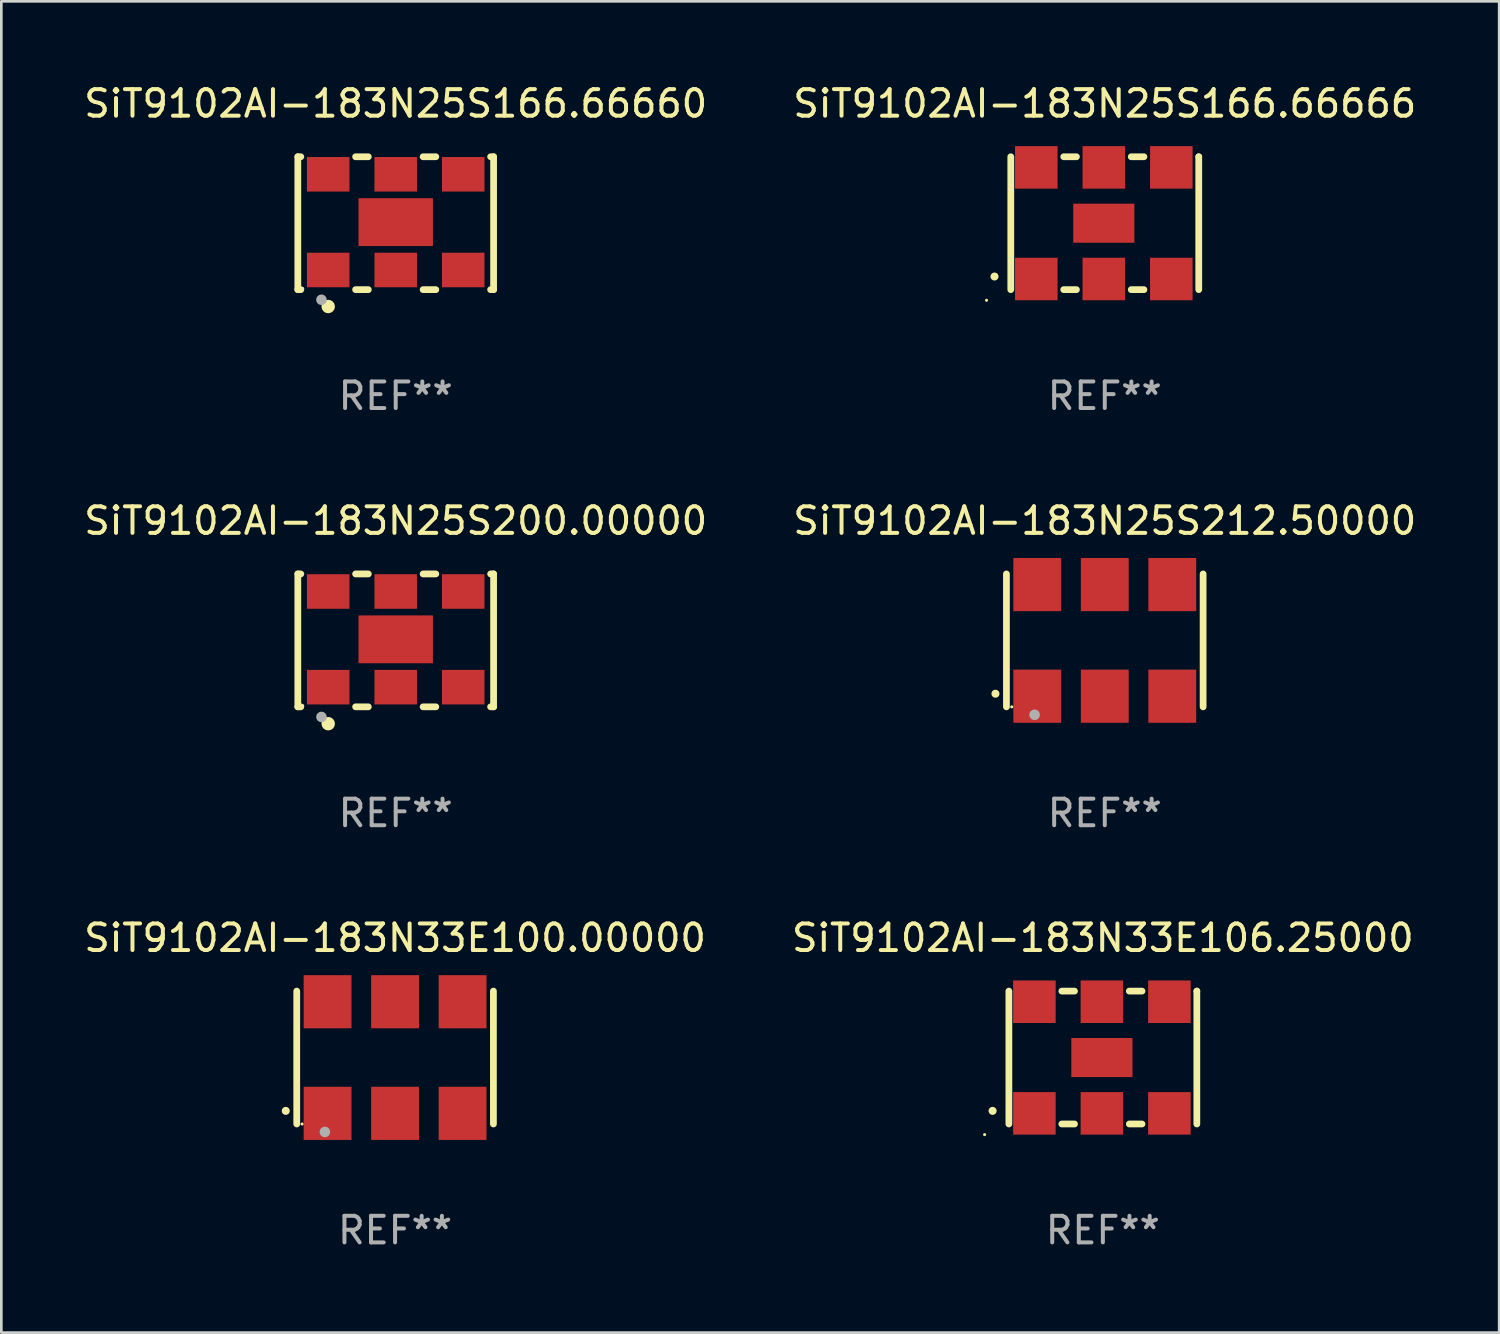
<source format=kicad_pcb>
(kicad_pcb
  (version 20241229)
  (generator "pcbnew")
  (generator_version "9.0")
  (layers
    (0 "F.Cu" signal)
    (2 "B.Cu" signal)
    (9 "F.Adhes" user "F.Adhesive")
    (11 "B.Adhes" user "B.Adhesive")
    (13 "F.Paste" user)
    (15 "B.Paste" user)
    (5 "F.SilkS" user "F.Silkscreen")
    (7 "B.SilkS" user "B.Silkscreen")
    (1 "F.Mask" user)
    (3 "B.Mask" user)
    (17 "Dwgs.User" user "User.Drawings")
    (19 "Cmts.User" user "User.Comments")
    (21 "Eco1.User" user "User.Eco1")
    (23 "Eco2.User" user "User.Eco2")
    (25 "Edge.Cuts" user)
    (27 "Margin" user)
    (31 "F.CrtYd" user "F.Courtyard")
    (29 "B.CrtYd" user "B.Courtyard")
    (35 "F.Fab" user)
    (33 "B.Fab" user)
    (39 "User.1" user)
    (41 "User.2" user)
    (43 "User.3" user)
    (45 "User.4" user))
  (footprint "SiT9102AI-183N25S166.66666"
    (layer "F.Cu")
    (at 38.518 5.348)
    (property "Reference" "SiT9102AI-183N25S166.66666" (at 0 -4.5 0) (layer "F.SilkS") (effects (font (size 1 1) (thickness 0.15))))
    (attr through_hole)
    (fp_line (start -3.536 -2.5) (end -3.536 2.5) (stroke (width 0.254) (type solid)) (layer "F.SilkS"))
    (fp_line (start -1.544 2.5) (end -1.067 2.5) (stroke (width 0.254) (type solid)) (layer "F.SilkS"))
    (fp_line (start -1.067 -2.5) (end -1.544 -2.5) (stroke (width 0.254) (type solid)) (layer "F.SilkS"))
    (fp_line (start 0.996 2.5) (end 1.473 2.5) (stroke (width 0.254) (type solid)) (layer "F.SilkS"))
    (fp_line (start 1.473 -2.5) (end 0.996 -2.5) (stroke (width 0.254) (type solid)) (layer "F.SilkS"))
    (fp_line (start 3.536 -2.5) (end 3.536 -2.5) (stroke (width 0.254) (type solid)) (layer "F.SilkS"))
    (fp_line (start 3.536 2.5) (end 3.536 -2.5) (stroke (width 0.254) (type solid)) (layer "F.SilkS"))
    (fp_arc (start -4.150432 2.006604) (mid -4.149162 2.006599) (end -4.147892 2.006604) (stroke (width 0.3) (type solid)) (layer "F.SilkS"))
    (fp_circle (center -4.449 2.9) (end -4.419 2.9) (stroke (width 0.06) (type solid)) (fill no) (layer "F.SilkS"))
    (fp_text user "REF**" (at 0 6.5 0) (layer "F.Fab") (effects (font (size 1 1) (thickness 0.15))))
    (pad "1" smd rect (at -2.576 2.1) (size 1.6 1.6) (layers "F.Cu" "F.Mask" "F.Paste"))
    (pad "2" smd rect (at -0.036 2.1) (size 1.6 1.6) (layers "F.Cu" "F.Mask" "F.Paste"))
    (pad "3" smd rect (at 2.504 2.1) (size 1.6 1.6) (layers "F.Cu" "F.Mask" "F.Paste"))
    (pad "4" smd rect (at 2.504 -2.1) (size 1.6 1.6) (layers "F.Cu" "F.Mask" "F.Paste"))
    (pad "5" smd rect (at -0.036 -2.1) (size 1.6 1.6) (layers "F.Cu" "F.Mask" "F.Paste"))
    (pad "6" smd rect (at -2.576 -2.1) (size 1.6 1.6) (layers "F.Cu" "F.Mask" "F.Paste"))
    (pad "7" smd rect (at -0.036 0) (size 2.3 1.47) (layers "F.Cu" "F.Mask" "F.Paste")))
  (footprint "SiT9102AI-183N33E100.00000"
    (layer "F.Cu")
    (at 11.815 36.741)
    (property "Reference" "SiT9102AI-183N33E100.00000" (at 0 -4.5 0) (layer "F.SilkS") (effects (font (size 1 1) (thickness 0.15))))
    (attr through_hole)
    (fp_line (start -3.7 -2.5) (end -3.7 2.5) (stroke (width 0.254) (type solid)) (layer "F.SilkS"))
    (fp_line (start 3.7 -2.5) (end 3.7 2.5) (stroke (width 0.254) (type solid)) (layer "F.SilkS"))
    (fp_arc (start -4.114415 2.006604) (mid -4.113145 2.006599) (end -4.111875 2.006604) (stroke (width 0.3) (type solid)) (layer "F.SilkS"))
    (fp_circle (center -3.5 2.501) (end -3.47 2.501) (stroke (width 0.06) (type solid)) (fill no) (layer "F.SilkS"))
    (fp_circle (center -2.641 2.799) (end -2.541 2.799) (stroke (width 0.2) (type solid)) (fill no) (layer "F.Fab"))
    (fp_text user "REF**" (at 0 6.5 0) (layer "F.Fab") (effects (font (size 1 1) (thickness 0.15))))
    (pad "1" smd rect (at -2.54 2.1) (size 1.8 2) (layers "F.Cu" "F.Mask" "F.Paste"))
    (pad "2" smd rect (at 0.000394 2.1) (size 1.8 2) (layers "F.Cu" "F.Mask" "F.Paste"))
    (pad "3" smd rect (at 2.54 2.1) (size 1.8 2) (layers "F.Cu" "F.Mask" "F.Paste"))
    (pad "4" smd rect (at 2.54 -2.1) (size 1.8 2) (layers "F.Cu" "F.Mask" "F.Paste"))
    (pad "5" smd rect (at 0.000394 -2.1) (size 1.8 2) (layers "F.Cu" "F.Mask" "F.Paste"))
    (pad "6" smd rect (at -2.54 -2.1) (size 1.8 2) (layers "F.Cu" "F.Mask" "F.Paste")))
  (footprint "SiT9102AI-183N25S166.66660"
    (layer "F.Cu")
    (at 11.839 5.348)
    (property "Reference" "SiT9102AI-183N25S166.66660" (at 0 -4.5 0) (layer "F.SilkS") (effects (font (size 1 1) (thickness 0.15))))
    (attr through_hole)
    (fp_line (start -3.683 -2.5) (end -3.571 -2.5) (stroke (width 0.254) (type solid)) (layer "F.SilkS"))
    (fp_line (start -3.683 2.5) (end -3.683 -2.5) (stroke (width 0.254) (type solid)) (layer "F.SilkS"))
    (fp_line (start -3.683 2.5) (end -3.571 2.5) (stroke (width 0.254) (type solid)) (layer "F.SilkS"))
    (fp_line (start -1.509 -2.5) (end -1.031 -2.5) (stroke (width 0.254) (type solid)) (layer "F.SilkS"))
    (fp_line (start -1.509 2.5) (end -1.031 2.5) (stroke (width 0.254) (type solid)) (layer "F.SilkS"))
    (fp_line (start 1.031 -2.5) (end 1.509 -2.5) (stroke (width 0.254) (type solid)) (layer "F.SilkS"))
    (fp_line (start 1.031 2.5) (end 1.509 2.5) (stroke (width 0.254) (type solid)) (layer "F.SilkS"))
    (fp_line (start 3.571 -2.5) (end 3.683 -2.5) (stroke (width 0.254) (type solid)) (layer "F.SilkS"))
    (fp_line (start 3.571 2.5) (end 3.683 2.5) (stroke (width 0.254) (type solid)) (layer "F.SilkS"))
    (fp_line (start 3.683 2.5) (end 3.683 -2.5) (stroke (width 0.254) (type solid)) (layer "F.SilkS"))
    (fp_circle (center -3.5 2.46) (end -3.47 2.46) (stroke (width 0.06) (type solid)) (fill no) (layer "F.SilkS"))
    (fp_circle (center -2.54 3.135) (end -2.413 3.135) (stroke (width 0.254) (type solid)) (fill no) (layer "F.SilkS"))
    (fp_circle (center -2.794 2.881) (end -2.694 2.881) (stroke (width 0.2) (type solid)) (fill no) (layer "F.Fab"))
    (fp_text user "REF**" (at 0 6.5 0) (layer "F.Fab") (effects (font (size 1 1) (thickness 0.15))))
    (pad "1" smd rect (at -2.54 1.76) (size 1.6 1.3) (layers "F.Cu" "F.Mask" "F.Paste"))
    (pad "2" smd rect (at 0 1.76) (size 1.6 1.3) (layers "F.Cu" "F.Mask" "F.Paste"))
    (pad "3" smd rect (at 2.54 1.76) (size 1.6 1.3) (layers "F.Cu" "F.Mask" "F.Paste"))
    (pad "4" smd rect (at 2.54 -1.84) (size 1.6 1.3) (layers "F.Cu" "F.Mask" "F.Paste"))
    (pad "5" smd rect (at 0 -1.84) (size 1.6 1.3) (layers "F.Cu" "F.Mask" "F.Paste"))
    (pad "6" smd rect (at -2.54 -1.84) (size 1.6 1.3) (layers "F.Cu" "F.Mask" "F.Paste"))
    (pad "7" smd rect (at 0 -0.04) (size 2.8 1.8) (layers "F.Cu" "F.Mask" "F.Paste")))
  (footprint "SiT9102AI-183N25S200.00000"
    (layer "F.Cu")
    (at 11.839 21.045)
    (property "Reference" "SiT9102AI-183N25S200.00000" (at 0 -4.5 0) (layer "F.SilkS") (effects (font (size 1 1) (thickness 0.15))))
    (attr through_hole)
    (fp_line (start -3.683 -2.5) (end -3.571 -2.5) (stroke (width 0.254) (type solid)) (layer "F.SilkS"))
    (fp_line (start -3.683 2.5) (end -3.683 -2.5) (stroke (width 0.254) (type solid)) (layer "F.SilkS"))
    (fp_line (start -3.683 2.5) (end -3.571 2.5) (stroke (width 0.254) (type solid)) (layer "F.SilkS"))
    (fp_line (start -1.509 -2.5) (end -1.031 -2.5) (stroke (width 0.254) (type solid)) (layer "F.SilkS"))
    (fp_line (start -1.509 2.5) (end -1.031 2.5) (stroke (width 0.254) (type solid)) (layer "F.SilkS"))
    (fp_line (start 1.031 -2.5) (end 1.509 -2.5) (stroke (width 0.254) (type solid)) (layer "F.SilkS"))
    (fp_line (start 1.031 2.5) (end 1.509 2.5) (stroke (width 0.254) (type solid)) (layer "F.SilkS"))
    (fp_line (start 3.571 -2.5) (end 3.683 -2.5) (stroke (width 0.254) (type solid)) (layer "F.SilkS"))
    (fp_line (start 3.571 2.5) (end 3.683 2.5) (stroke (width 0.254) (type solid)) (layer "F.SilkS"))
    (fp_line (start 3.683 2.5) (end 3.683 -2.5) (stroke (width 0.254) (type solid)) (layer "F.SilkS"))
    (fp_circle (center -3.5 2.46) (end -3.47 2.46) (stroke (width 0.06) (type solid)) (fill no) (layer "F.SilkS"))
    (fp_circle (center -2.54 3.135) (end -2.413 3.135) (stroke (width 0.254) (type solid)) (fill no) (layer "F.SilkS"))
    (fp_circle (center -2.794 2.881) (end -2.694 2.881) (stroke (width 0.2) (type solid)) (fill no) (layer "F.Fab"))
    (fp_text user "REF**" (at 0 6.5 0) (layer "F.Fab") (effects (font (size 1 1) (thickness 0.15))))
    (pad "1" smd rect (at -2.54 1.76) (size 1.6 1.3) (layers "F.Cu" "F.Mask" "F.Paste"))
    (pad "2" smd rect (at 0 1.76) (size 1.6 1.3) (layers "F.Cu" "F.Mask" "F.Paste"))
    (pad "3" smd rect (at 2.54 1.76) (size 1.6 1.3) (layers "F.Cu" "F.Mask" "F.Paste"))
    (pad "4" smd rect (at 2.54 -1.84) (size 1.6 1.3) (layers "F.Cu" "F.Mask" "F.Paste"))
    (pad "5" smd rect (at 0 -1.84) (size 1.6 1.3) (layers "F.Cu" "F.Mask" "F.Paste"))
    (pad "6" smd rect (at -2.54 -1.84) (size 1.6 1.3) (layers "F.Cu" "F.Mask" "F.Paste"))
    (pad "7" smd rect (at 0 -0.04) (size 2.8 1.8) (layers "F.Cu" "F.Mask" "F.Paste")))
  (footprint "SiT9102AI-183N33E106.25000"
    (layer "F.Cu")
    (at 38.446 36.741)
    (property "Reference" "SiT9102AI-183N33E106.25000" (at 0 -4.5 0) (layer "F.SilkS") (effects (font (size 1 1) (thickness 0.15))))
    (attr through_hole)
    (fp_line (start -3.536 -2.5) (end -3.536 2.5) (stroke (width 0.254) (type solid)) (layer "F.SilkS"))
    (fp_line (start -1.544 2.5) (end -1.067 2.5) (stroke (width 0.254) (type solid)) (layer "F.SilkS"))
    (fp_line (start -1.067 -2.5) (end -1.544 -2.5) (stroke (width 0.254) (type solid)) (layer "F.SilkS"))
    (fp_line (start 0.996 2.5) (end 1.473 2.5) (stroke (width 0.254) (type solid)) (layer "F.SilkS"))
    (fp_line (start 1.473 -2.5) (end 0.996 -2.5) (stroke (width 0.254) (type solid)) (layer "F.SilkS"))
    (fp_line (start 3.536 -2.5) (end 3.536 -2.5) (stroke (width 0.254) (type solid)) (layer "F.SilkS"))
    (fp_line (start 3.536 2.5) (end 3.536 -2.5) (stroke (width 0.254) (type solid)) (layer "F.SilkS"))
    (fp_arc (start -4.150432 2.006604) (mid -4.149162 2.006599) (end -4.147892 2.006604) (stroke (width 0.3) (type solid)) (layer "F.SilkS"))
    (fp_circle (center -4.449 2.9) (end -4.419 2.9) (stroke (width 0.06) (type solid)) (fill no) (layer "F.SilkS"))
    (fp_text user "REF**" (at 0 6.5 0) (layer "F.Fab") (effects (font (size 1 1) (thickness 0.15))))
    (pad "1" smd rect (at -2.576 2.1) (size 1.6 1.6) (layers "F.Cu" "F.Mask" "F.Paste"))
    (pad "2" smd rect (at -0.036 2.1) (size 1.6 1.6) (layers "F.Cu" "F.Mask" "F.Paste"))
    (pad "3" smd rect (at 2.504 2.1) (size 1.6 1.6) (layers "F.Cu" "F.Mask" "F.Paste"))
    (pad "4" smd rect (at 2.504 -2.1) (size 1.6 1.6) (layers "F.Cu" "F.Mask" "F.Paste"))
    (pad "5" smd rect (at -0.036 -2.1) (size 1.6 1.6) (layers "F.Cu" "F.Mask" "F.Paste"))
    (pad "6" smd rect (at -2.576 -2.1) (size 1.6 1.6) (layers "F.Cu" "F.Mask" "F.Paste"))
    (pad "7" smd rect (at -0.036 0) (size 2.3 1.47) (layers "F.Cu" "F.Mask" "F.Paste")))
  (footprint "SiT9102AI-183N25S212.50000"
    (layer "F.Cu")
    (at 38.518 21.045)
    (property "Reference" "SiT9102AI-183N25S212.50000" (at 0 -4.5 0) (layer "F.SilkS") (effects (font (size 1 1) (thickness 0.15))))
    (attr through_hole)
    (fp_line (start -3.7 -2.5) (end -3.7 2.5) (stroke (width 0.254) (type solid)) (layer "F.SilkS"))
    (fp_line (start 3.7 -2.5) (end 3.7 2.5) (stroke (width 0.254) (type solid)) (layer "F.SilkS"))
    (fp_arc (start -4.114415 2.006604) (mid -4.113145 2.006599) (end -4.111875 2.006604) (stroke (width 0.3) (type solid)) (layer "F.SilkS"))
    (fp_circle (center -3.5 2.501) (end -3.47 2.501) (stroke (width 0.06) (type solid)) (fill no) (layer "F.SilkS"))
    (fp_circle (center -2.641 2.799) (end -2.541 2.799) (stroke (width 0.2) (type solid)) (fill no) (layer "F.Fab"))
    (fp_text user "REF**" (at 0 6.5 0) (layer "F.Fab") (effects (font (size 1 1) (thickness 0.15))))
    (pad "1" smd rect (at -2.54 2.1) (size 1.8 2) (layers "F.Cu" "F.Mask" "F.Paste"))
    (pad "2" smd rect (at 0.000394 2.1) (size 1.8 2) (layers "F.Cu" "F.Mask" "F.Paste"))
    (pad "3" smd rect (at 2.54 2.1) (size 1.8 2) (layers "F.Cu" "F.Mask" "F.Paste"))
    (pad "4" smd rect (at 2.54 -2.1) (size 1.8 2) (layers "F.Cu" "F.Mask" "F.Paste"))
    (pad "5" smd rect (at 0.000394 -2.1) (size 1.8 2) (layers "F.Cu" "F.Mask" "F.Paste"))
    (pad "6" smd rect (at -2.54 -2.1) (size 1.8 2) (layers "F.Cu" "F.Mask" "F.Paste")))
  (gr_rect
    (start -3 -3)
    (end 53.357 47.09)
    (stroke (width 0.1) (type default))
    (fill no)
    (layer "Edge.Cuts")))
</source>
